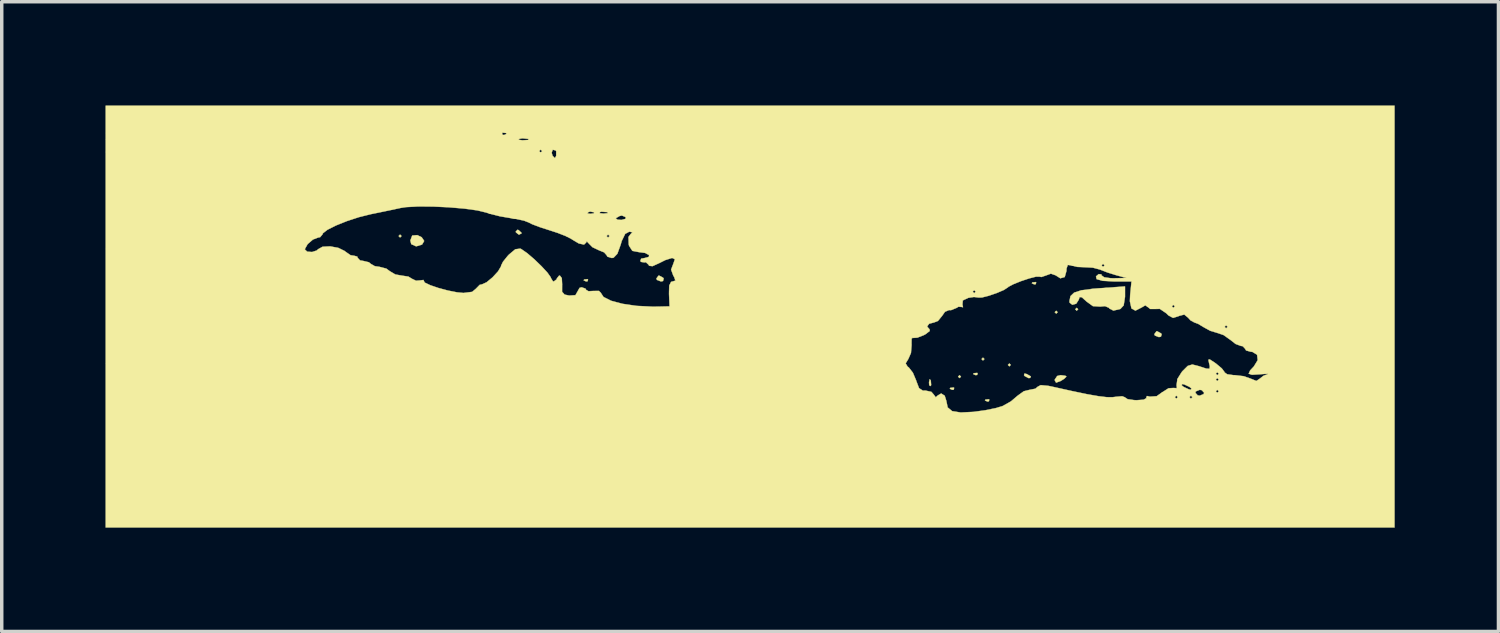
<source format=kicad_pcb>
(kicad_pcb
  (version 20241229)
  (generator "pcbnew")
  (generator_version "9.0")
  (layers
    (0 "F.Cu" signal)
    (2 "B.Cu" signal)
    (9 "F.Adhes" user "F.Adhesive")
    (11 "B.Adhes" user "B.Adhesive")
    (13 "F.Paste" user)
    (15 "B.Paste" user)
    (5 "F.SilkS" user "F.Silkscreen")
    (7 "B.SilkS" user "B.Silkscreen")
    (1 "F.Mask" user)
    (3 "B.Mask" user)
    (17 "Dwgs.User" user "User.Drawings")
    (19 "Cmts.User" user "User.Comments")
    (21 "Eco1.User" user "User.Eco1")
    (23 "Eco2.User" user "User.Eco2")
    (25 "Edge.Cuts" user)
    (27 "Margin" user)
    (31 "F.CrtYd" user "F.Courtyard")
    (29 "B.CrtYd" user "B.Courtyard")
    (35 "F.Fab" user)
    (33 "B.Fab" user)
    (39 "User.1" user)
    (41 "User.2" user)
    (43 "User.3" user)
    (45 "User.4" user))
  (footprint "logo"
    (layer "F.Cu")
    (at 18.632 6.101)
    (property "Reference" "logo" (at 0 0 0) (layer "F.SilkS") (effects (font (size 1.524 1.524) (thickness 0.3))))
    (attr through_hole)
    (fp_poly (pts (xy -10.075 -2.328) (xy -10.118 -2.286) (xy -10.16 -2.328) (xy -10.118 -2.371) (xy -10.075 -2.328)) (stroke (width 0.01) (type solid)) (fill yes) (layer "F.SilkS"))
    (fp_poly (pts (xy 6.096 1.736) (xy 6.054 1.778) (xy 6.011 1.736) (xy 6.054 1.693) (xy 6.096 1.736)) (stroke (width 0.01) (type solid)) (fill yes) (layer "F.SilkS"))
    (fp_poly (pts (xy 6.773 1.228) (xy 6.731 1.27) (xy 6.689 1.228) (xy 6.731 1.185) (xy 6.773 1.228)) (stroke (width 0.01) (type solid)) (fill yes) (layer "F.SilkS"))
    (fp_poly (pts (xy 7.535 1.397) (xy 7.493 1.439) (xy 7.451 1.397) (xy 7.493 1.355) (xy 7.535 1.397)) (stroke (width 0.01) (type solid)) (fill yes) (layer "F.SilkS"))
    (fp_poly (pts (xy 8.89 -0.127) (xy 8.848 -0.085) (xy 8.805 -0.127) (xy 8.848 -0.169) (xy 8.89 -0.127)) (stroke (width 0.01) (type solid)) (fill yes) (layer "F.SilkS"))
    (fp_poly (pts (xy 9.483 -0.212) (xy 9.44 -0.169) (xy 9.398 -0.212) (xy 9.44 -0.254) (xy 9.483 -0.212)) (stroke (width 0.01) (type solid)) (fill yes) (layer "F.SilkS"))
    (fp_poly (pts (xy -4.685 -1.072) (xy -4.697 -1.022) (xy -4.741 -1.016) (xy -4.811 -1.047) (xy -4.798 -1.072) (xy -4.697 -1.083) (xy -4.685 -1.072)) (stroke (width 0.01) (type solid)) (fill yes) (layer "F.SilkS"))
    (fp_poly (pts (xy 5.223 1.847) (xy 5.233 1.979) (xy 5.216 2.009) (xy 5.177 1.984) (xy 5.171 1.898) (xy 5.192 1.808) (xy 5.223 1.847)) (stroke (width 0.01) (type solid)) (fill yes) (layer "F.SilkS"))
    (fp_poly (pts (xy 5.898 2.06) (xy 5.887 2.111) (xy 5.842 2.117) (xy 5.772 2.086) (xy 5.786 2.06) (xy 5.886 2.05) (xy 5.898 2.06)) (stroke (width 0.01) (type solid)) (fill yes) (layer "F.SilkS"))
    (fp_poly (pts (xy 6.576 1.637) (xy 6.564 1.687) (xy 6.519 1.693) (xy 6.45 1.662) (xy 6.463 1.637) (xy 6.563 1.627) (xy 6.576 1.637)) (stroke (width 0.01) (type solid)) (fill yes) (layer "F.SilkS"))
    (fp_poly (pts (xy 6.914 2.399) (xy 6.903 2.449) (xy 6.858 2.455) (xy 6.788 2.424) (xy 6.802 2.399) (xy 6.902 2.389) (xy 6.914 2.399)) (stroke (width 0.01) (type solid)) (fill yes) (layer "F.SilkS"))
    (fp_poly (pts (xy 8.269 -0.988) (xy 8.257 -0.937) (xy 8.213 -0.931) (xy 8.143 -0.962) (xy 8.156 -0.988) (xy 8.257 -0.998) (xy 8.269 -0.988)) (stroke (width 0.01) (type solid)) (fill yes) (layer "F.SilkS"))
    (fp_poly (pts (xy 7.997 1.661) (xy 8.116 1.729) (xy 8.096 1.774) (xy 8.048 1.778) (xy 7.934 1.717) (xy 7.917 1.694) (xy 7.931 1.646) (xy 7.997 1.661)) (stroke (width 0.01) (type solid)) (fill yes) (layer "F.SilkS"))
    (fp_poly (pts (xy -6.689 -2.498) (xy -6.608 -2.422) (xy -6.604 -2.408) (xy -6.67 -2.372) (xy -6.689 -2.371) (xy -6.77 -2.436) (xy -6.773 -2.46) (xy -6.721 -2.511) (xy -6.689 -2.498)) (stroke (width 0.01) (type solid)) (fill yes) (layer "F.SilkS"))
    (fp_poly (pts (xy -2.515 -1.124) (xy -2.498 -1.101) (xy -2.517 -1.028) (xy -2.577 -1.016) (xy -2.693 -1.06) (xy -2.709 -1.101) (xy -2.649 -1.183) (xy -2.63 -1.185) (xy -2.515 -1.124)) (stroke (width 0.01) (type solid)) (fill yes) (layer "F.SilkS"))
    (fp_poly (pts (xy 11.878 0.485) (xy 11.896 0.508) (xy 11.876 0.58) (xy 11.816 0.593) (xy 11.7 0.548) (xy 11.684 0.508) (xy 11.745 0.426) (xy 11.764 0.423) (xy 11.878 0.485)) (stroke (width 0.01) (type solid)) (fill yes) (layer "F.SilkS"))
    (fp_poly (pts (xy -9.493 -2.294) (xy -9.421 -2.186) (xy -9.482 -2.082) (xy -9.644 -2.032) (xy -9.657 -2.032) (xy -9.795 -2.094) (xy -9.821 -2.201) (xy -9.767 -2.343) (xy -9.62 -2.355) (xy -9.493 -2.294)) (stroke (width 0.01) (type solid)) (fill yes) (layer "F.SilkS"))
    (fp_poly (pts (xy 9.112 1.71) (xy 9.144 1.733) (xy 9.079 1.798) (xy 8.975 1.863) (xy 8.844 1.91) (xy 8.806 1.842) (xy 8.805 1.823) (xy 8.876 1.717) (xy 8.975 1.693) (xy 9.112 1.71)) (stroke (width 0.01) (type solid)) (fill yes) (layer "F.SilkS"))
    (fp_poly (pts (xy 10.837 -0.572) (xy 10.798 -0.323) (xy 10.703 -0.221) (xy 10.502 -0.173) (xy 10.387 -0.232) (xy 10.371 -0.254) (xy 10.259 -0.302) (xy 10.12 -0.289) (xy 9.909 -0.302) (xy 9.724 -0.436) (xy 9.588 -0.559) (xy 9.524 -0.564) (xy 9.499 -0.486) (xy 9.426 -0.372) (xy 9.314 -0.341) (xy 9.236 -0.402) (xy 9.23 -0.445) (xy 9.26 -0.592) (xy 9.366 -0.693) (xy 9.573 -0.76) (xy 9.911 -0.805) (xy 10.103 -0.82) (xy 10.837 -0.872) (xy 10.837 -0.572)) (stroke (width 0.01) (type solid)) (fill yes) (layer "F.SilkS"))
    (fp_poly (pts (xy 18.627 6.096) (xy -18.627 6.096) (xy -18.627 1.352) (xy 4.496 1.352) (xy 4.551 1.444) (xy 4.59 1.474) (xy 4.705 1.622) (xy 4.8 1.847) (xy 4.806 1.867) (xy 4.883 2.068) (xy 4.992 2.139) (xy 5.069 2.138) (xy 5.241 2.176) (xy 5.306 2.251) (xy 5.367 2.333) (xy 5.421 2.282) (xy 5.523 2.222) (xy 5.625 2.287) (xy 5.673 2.44) (xy 5.673 2.443) (xy 5.711 2.626) (xy 5.841 2.733) (xy 6.087 2.772) (xy 6.458 2.754) (xy 6.8 2.707) (xy 7.114 2.642) (xy 7.305 2.583) (xy 7.54 2.45) (xy 7.725 2.293) (xy 7.725 2.292) (xy 7.911 2.158) (xy 8.078 2.117) (xy 8.247 2.084) (xy 8.313 2.027) (xy 8.401 1.981) (xy 8.621 2.002) (xy 8.722 2.023) (xy 9.303 2.152) (xy 9.744 2.244) (xy 10.071 2.301) (xy 10.307 2.329) (xy 10.478 2.33) (xy 10.574 2.318) (xy 10.754 2.302) (xy 10.837 2.334) (xy 10.838 2.339) (xy 10.913 2.387) (xy 11.1 2.414) (xy 11.171 2.417) (xy 11.375 2.402) (xy 11.457 2.356) (xy 11.453 2.339) (xy 11.457 2.328) (xy 12.277 2.328) (xy 12.319 2.371) (xy 12.361 2.328) (xy 12.7 2.328) (xy 12.742 2.371) (xy 12.785 2.328) (xy 12.742 2.286) (xy 12.7 2.328) (xy 12.361 2.328) (xy 12.319 2.286) (xy 12.277 2.328) (xy 11.457 2.328) (xy 11.47 2.295) (xy 11.556 2.316) (xy 11.75 2.302) (xy 11.893 2.201) (xy 12.869 2.201) (xy 12.938 2.276) (xy 12.996 2.286) (xy 13.109 2.24) (xy 13.123 2.201) (xy 13.085 2.159) (xy 13.462 2.159) (xy 13.504 2.201) (xy 13.547 2.159) (xy 13.504 2.117) (xy 13.462 2.159) (xy 13.085 2.159) (xy 13.055 2.126) (xy 12.996 2.117) (xy 12.884 2.162) (xy 12.869 2.201) (xy 11.893 2.201) (xy 11.905 2.193) (xy 12.094 2.072) (xy 12.236 2.063) (xy 12.334 2.069) (xy 12.329 1.985) (xy 12.473 1.985) (xy 12.531 2.032) (xy 12.685 2.104) (xy 12.742 2.114) (xy 12.757 2.079) (xy 12.7 2.032) (xy 12.546 1.96) (xy 12.488 1.95) (xy 12.473 1.985) (xy 12.329 1.985) (xy 12.328 1.968) (xy 12.349 1.82) (xy 13.462 1.82) (xy 13.504 1.863) (xy 13.547 1.82) (xy 13.504 1.778) (xy 13.462 1.82) (xy 12.349 1.82) (xy 12.352 1.801) (xy 12.446 1.651) (xy 13.462 1.651) (xy 13.504 1.693) (xy 13.547 1.651) (xy 13.504 1.609) (xy 13.462 1.651) (xy 12.446 1.651) (xy 12.482 1.595) (xy 12.494 1.58) (xy 12.649 1.426) (xy 12.782 1.385) (xy 12.969 1.432) (xy 13.185 1.503) (xy 13.279 1.508) (xy 13.288 1.436) (xy 13.268 1.355) (xy 13.246 1.248) (xy 13.285 1.237) (xy 13.419 1.324) (xy 13.47 1.36) (xy 13.634 1.497) (xy 13.714 1.604) (xy 13.716 1.614) (xy 13.79 1.667) (xy 13.974 1.693) (xy 14.013 1.693) (xy 14.269 1.723) (xy 14.476 1.796) (xy 14.482 1.799) (xy 14.633 1.86) (xy 14.713 1.808) (xy 14.841 1.709) (xy 14.944 1.671) (xy 14.974 1.654) (xy 14.862 1.658) (xy 14.753 1.667) (xy 14.506 1.682) (xy 14.411 1.651) (xy 14.454 1.555) (xy 14.561 1.441) (xy 14.672 1.259) (xy 14.654 1.103) (xy 14.518 1.02) (xy 14.469 1.016) (xy 14.336 0.979) (xy 14.309 0.931) (xy 14.24 0.856) (xy 14.182 0.847) (xy 14.033 0.791) (xy 13.879 0.671) (xy 13.684 0.533) (xy 13.513 0.475) (xy 13.301 0.411) (xy 13.12 0.312) (xy 13.094 0.296) (xy 13.716 0.296) (xy 13.758 0.339) (xy 13.801 0.296) (xy 13.758 0.254) (xy 13.716 0.296) (xy 13.094 0.296) (xy 12.948 0.209) (xy 12.839 0.169) (xy 12.73 0.109) (xy 12.66 0.032) (xy 12.55 -0.059) (xy 12.4 -0.02) (xy 12.38 -0.01) (xy 12.226 0.038) (xy 12.092 -0.034) (xy 12.031 -0.095) (xy 11.842 -0.223) (xy 11.717 -0.22) (xy 11.564 -0.22) (xy 11.507 -0.267) (xy 11.466 -0.296) (xy 12.192 -0.296) (xy 12.234 -0.254) (xy 12.277 -0.296) (xy 12.234 -0.339) (xy 12.192 -0.296) (xy 11.466 -0.296) (xy 11.425 -0.326) (xy 11.311 -0.26) (xy 11.137 -0.172) (xy 11.023 -0.236) (xy 10.977 -0.444) (xy 10.985 -0.628) (xy 11.024 -1.016) (xy 10.507 -1.016) (xy 10.189 -1.034) (xy 10.016 -1.083) (xy 9.998 -1.162) (xy 10.075 -1.228) (xy 10.153 -1.221) (xy 10.16 -1.19) (xy 10.236 -1.136) (xy 10.429 -1.109) (xy 10.52 -1.108) (xy 10.88 -1.116) (xy 10.583 -1.196) (xy 10.332 -1.274) (xy 10.126 -1.354) (xy 10.118 -1.358) (xy 9.907 -1.414) (xy 9.694 -1.426) (xy 9.458 -1.436) (xy 9.292 -1.477) (xy 9.26 -1.482) (xy 10.16 -1.482) (xy 10.202 -1.439) (xy 10.245 -1.482) (xy 10.202 -1.524) (xy 10.16 -1.482) (xy 9.26 -1.482) (xy 9.183 -1.494) (xy 9.146 -1.387) (xy 9.144 -1.321) (xy 9.094 -1.143) (xy 8.967 -1.107) (xy 8.831 -1.193) (xy 8.694 -1.241) (xy 8.572 -1.196) (xy 8.421 -1.144) (xy 8.356 -1.155) (xy 8.26 -1.153) (xy 8.065 -1.103) (xy 7.831 -1.025) (xy 7.614 -0.938) (xy 7.471 -0.863) (xy 7.451 -0.845) (xy 7.336 -0.77) (xy 7.131 -0.682) (xy 6.898 -0.602) (xy 6.7 -0.552) (xy 6.602 -0.551) (xy 6.471 -0.567) (xy 6.307 -0.542) (xy 6.148 -0.467) (xy 6.138 -0.352) (xy 6.154 -0.267) (xy 6.129 -0.277) (xy 6.023 -0.285) (xy 5.965 -0.25) (xy 5.807 -0.186) (xy 5.748 -0.188) (xy 5.633 -0.139) (xy 5.55 -0.021) (xy 5.43 0.126) (xy 5.319 0.169) (xy 5.174 0.207) (xy 5.116 0.287) (xy 5.179 0.358) (xy 5.185 0.36) (xy 5.192 0.416) (xy 5.071 0.509) (xy 5.027 0.533) (xy 4.836 0.609) (xy 4.711 0.617) (xy 4.702 0.61) (xy 4.668 0.64) (xy 4.666 0.791) (xy 4.668 0.815) (xy 4.65 1.051) (xy 4.573 1.226) (xy 4.496 1.352) (xy -18.627 1.352) (xy -18.627 -1.941) (xy -12.869 -1.941) (xy -12.803 -1.877) (xy -12.661 -1.867) (xy -12.525 -1.911) (xy -12.488 -1.947) (xy -12.358 -2.019) (xy -12.14 -2.03) (xy -11.905 -1.987) (xy -11.719 -1.896) (xy -11.7 -1.879) (xy -11.548 -1.774) (xy -11.446 -1.759) (xy -11.354 -1.734) (xy -11.345 -1.7) (xy -11.275 -1.625) (xy -11.181 -1.609) (xy -11.019 -1.57) (xy -10.964 -1.524) (xy -10.847 -1.457) (xy -10.716 -1.439) (xy -10.515 -1.387) (xy -10.414 -1.312) (xy -10.255 -1.218) (xy -10.07 -1.185) (xy -9.877 -1.156) (xy -9.774 -1.093) (xy -9.657 -1.037) (xy -9.549 -1.045) (xy -9.438 -1.059) (xy -9.435 -1.035) (xy -9.4 -0.98) (xy -9.242 -0.906) (xy -9.006 -0.826) (xy -8.734 -0.753) (xy -8.471 -0.701) (xy -8.285 -0.683) (xy -8.034 -0.715) (xy -7.928 -0.804) (xy -7.817 -0.917) (xy -7.753 -0.931) (xy -7.618 -0.991) (xy -7.444 -1.135) (xy -7.286 -1.307) (xy -7.2 -1.452) (xy -7.197 -1.476) (xy -7.143 -1.585) (xy -7.01 -1.751) (xy -6.973 -1.791) (xy -6.787 -1.946) (xy -6.643 -1.965) (xy -6.613 -1.951) (xy -6.447 -1.836) (xy -6.239 -1.658) (xy -6.03 -1.456) (xy -5.858 -1.27) (xy -5.764 -1.138) (xy -5.757 -1.114) (xy -5.7 -1.021) (xy -5.673 -1.016) (xy -5.59 -1.08) (xy -5.588 -1.101) (xy -5.523 -1.182) (xy -5.498 -1.185) (xy -5.443 -1.112) (xy -5.433 -0.929) (xy -5.434 -0.91) (xy -5.435 -0.718) (xy -5.361 -0.635) (xy -5.228 -0.608) (xy -5.049 -0.619) (xy -4.995 -0.714) (xy -4.93 -0.83) (xy -4.868 -0.847) (xy -4.756 -0.807) (xy -4.741 -0.774) (xy -4.671 -0.733) (xy -4.53 -0.741) (xy -4.37 -0.742) (xy -4.318 -0.691) (xy -4.238 -0.568) (xy -4.02 -0.458) (xy -3.691 -0.37) (xy -3.284 -0.31) (xy -2.827 -0.287) (xy -2.667 -0.288) (xy -2.328 -0.296) (xy -2.344 -0.656) (xy -2.343 -0.72) (xy 6.435 -0.72) (xy 6.477 -0.677) (xy 6.519 -0.72) (xy 6.477 -0.762) (xy 6.435 -0.72) (xy -2.343 -0.72) (xy -2.338 -0.898) (xy -2.284 -1.004) (xy -2.238 -1.016) (xy -2.16 -1.04) (xy -2.195 -1.143) (xy -2.221 -1.185) (xy -2.284 -1.358) (xy -2.221 -1.524) (xy -2.174 -1.659) (xy -2.255 -1.695) (xy -2.452 -1.633) (xy -2.628 -1.545) (xy -2.822 -1.457) (xy -2.918 -1.469) (xy -2.939 -1.503) (xy -3.016 -1.574) (xy -3.049 -1.565) (xy -3.151 -1.58) (xy -3.174 -1.607) (xy -3.149 -1.675) (xy -3.048 -1.693) (xy -2.928 -1.725) (xy -2.921 -1.778) (xy -3.036 -1.84) (xy -3.213 -1.863) (xy -3.404 -1.9) (xy -3.498 -2.045) (xy -3.509 -2.087) (xy -3.516 -2.301) (xy -3.455 -2.383) (xy -3.402 -2.439) (xy -3.493 -2.454) (xy -3.611 -2.391) (xy -3.71 -2.187) (xy -3.743 -2.074) (xy -3.837 -1.816) (xy -3.945 -1.703) (xy -3.997 -1.693) (xy -4.125 -1.732) (xy -4.149 -1.776) (xy -4.221 -1.857) (xy -4.361 -1.913) (xy -4.556 -2.005) (xy -4.655 -2.105) (xy -4.721 -2.175) (xy -4.739 -2.14) (xy -4.801 -2.081) (xy -4.952 -2.114) (xy -5.146 -2.229) (xy -5.165 -2.243) (xy -5.311 -2.32) (xy -5.332 -2.328) (xy -4.149 -2.328) (xy -4.106 -2.286) (xy -4.064 -2.328) (xy -4.106 -2.371) (xy -4.149 -2.328) (xy -5.332 -2.328) (xy -5.561 -2.418) (xy -5.8 -2.496) (xy -6.082 -2.587) (xy -6.303 -2.671) (xy -6.401 -2.721) (xy -6.535 -2.773) (xy -6.771 -2.824) (xy -6.898 -2.842) (xy -3.886 -2.842) (xy -3.836 -2.802) (xy -3.72 -2.794) (xy -3.602 -2.825) (xy -3.596 -2.875) (xy -3.706 -2.921) (xy -3.77 -2.908) (xy -3.886 -2.842) (xy -6.898 -2.842) (xy -6.909 -2.844) (xy -7.231 -2.899) (xy -7.539 -2.977) (xy -7.559 -2.984) (xy -4.705 -2.984) (xy -4.621 -2.97) (xy -4.512 -2.986) (xy -4.511 -2.989) (xy -4.35 -2.989) (xy -4.233 -2.977) (xy -4.113 -2.99) (xy -4.128 -3.019) (xy -4.301 -3.031) (xy -4.339 -3.019) (xy -4.35 -2.989) (xy -4.511 -2.989) (xy -4.51 -3.014) (xy -4.624 -3.035) (xy -4.673 -3.021) (xy -4.705 -2.984) (xy -7.559 -2.984) (xy -7.624 -3.006) (xy -7.882 -3.069) (xy -8.259 -3.121) (xy -8.705 -3.159) (xy -9.169 -3.181) (xy -9.601 -3.183) (xy -9.951 -3.164) (xy -10.093 -3.142) (xy -10.387 -3.079) (xy -10.747 -3.004) (xy -10.964 -2.96) (xy -11.308 -2.874) (xy -11.656 -2.76) (xy -11.97 -2.634) (xy -12.214 -2.512) (xy -12.347 -2.409) (xy -12.361 -2.375) (xy -12.429 -2.295) (xy -12.482 -2.286) (xy -12.637 -2.227) (xy -12.79 -2.095) (xy -12.869 -1.954) (xy -12.869 -1.941) (xy -18.627 -1.941) (xy -18.627 -4.739) (xy -5.737 -4.739) (xy -5.708 -4.645) (xy -5.643 -4.581) (xy -5.606 -4.645) (xy -5.605 -4.777) (xy -5.622 -4.803) (xy -5.703 -4.823) (xy -5.737 -4.739) (xy -18.627 -4.739) (xy -18.627 -4.784) (xy -6.096 -4.784) (xy -6.054 -4.741) (xy -6.011 -4.784) (xy -6.054 -4.826) (xy -6.096 -4.784) (xy -18.627 -4.784) (xy -18.627 -5.112) (xy -6.7 -5.112) (xy -6.588 -5.097) (xy -6.562 -5.097) (xy -6.417 -5.106) (xy -6.404 -5.132) (xy -6.412 -5.136) (xy -6.58 -5.152) (xy -6.666 -5.139) (xy -6.7 -5.112) (xy -18.627 -5.112) (xy -18.627 -5.306) (xy -7.168 -5.306) (xy -7.157 -5.255) (xy -7.112 -5.249) (xy -7.042 -5.28) (xy -7.056 -5.306) (xy -7.156 -5.316) (xy -7.168 -5.306) (xy -18.627 -5.306) (xy -18.627 -6.096) (xy 18.627 -6.096) (xy 18.627 6.096)) (stroke (width 0.01) (type solid)) (fill yes) (layer "F.SilkS")))
  (gr_rect
    (start -3 -3)
    (end 40.263 15.202)
    (stroke (width 0.1) (type default))
    (fill no)
    (layer "Edge.Cuts")))
</source>
